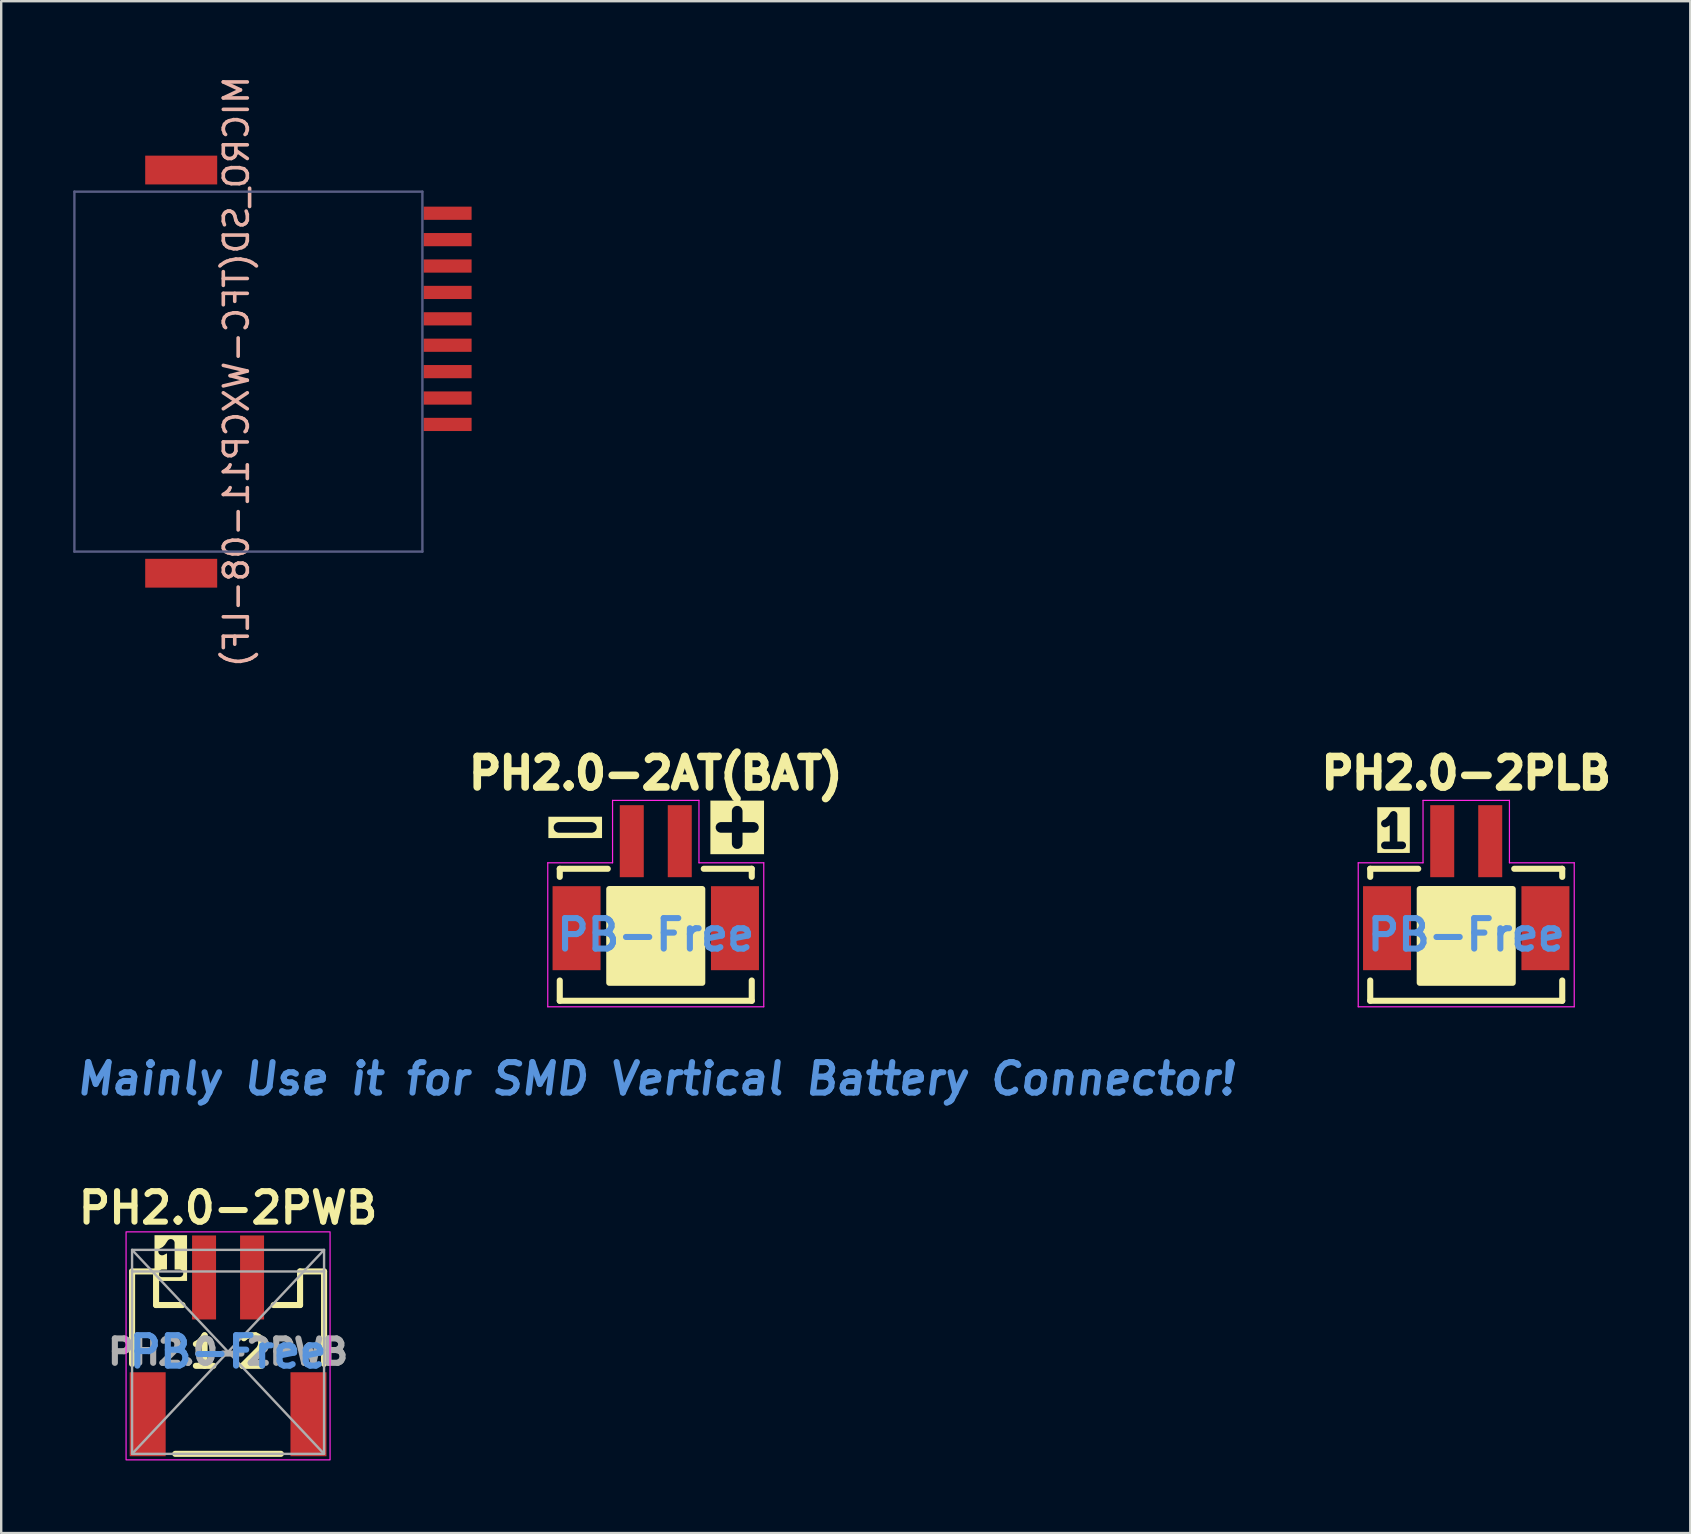
<source format=kicad_pcb>
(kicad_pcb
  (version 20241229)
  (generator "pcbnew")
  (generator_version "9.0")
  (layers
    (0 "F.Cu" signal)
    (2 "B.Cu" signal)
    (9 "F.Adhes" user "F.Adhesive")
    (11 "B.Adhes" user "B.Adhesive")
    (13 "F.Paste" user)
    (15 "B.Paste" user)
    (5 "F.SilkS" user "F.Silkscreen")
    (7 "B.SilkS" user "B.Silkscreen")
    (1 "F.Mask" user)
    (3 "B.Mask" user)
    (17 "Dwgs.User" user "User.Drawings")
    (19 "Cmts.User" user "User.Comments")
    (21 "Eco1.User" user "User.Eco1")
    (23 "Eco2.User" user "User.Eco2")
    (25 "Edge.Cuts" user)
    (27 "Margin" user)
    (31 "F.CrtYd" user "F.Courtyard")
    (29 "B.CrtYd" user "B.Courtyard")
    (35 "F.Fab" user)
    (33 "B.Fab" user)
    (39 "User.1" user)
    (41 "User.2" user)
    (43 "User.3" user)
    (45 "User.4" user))
  (footprint "MICRO_SD(TFC-WXCP11-08-LF)"
    (layer "F.Cu")
    (at 7.3 12.435)
    (property "Reference" "MICRO_SD(TFC-WXCP11-08-LF)" (at -0.5 0 90) (layer "B.SilkS") (effects (font (size 1 1) (thickness 0.15)) (justify mirror)))
    (attr smd)
    (fp_line (start -7.25 -7.5) (end 7.25 -7.5) (stroke (width 0.1) (type solid)) (layer "B.Fab"))
    (fp_line (start -7.25 7.5) (end -7.25 -7.5) (stroke (width 0.1) (type solid)) (layer "B.Fab"))
    (fp_line (start 7.25 -7.5) (end 7.25 7.5) (stroke (width 0.1) (type solid)) (layer "B.Fab"))
    (fp_line (start 7.25 7.5) (end -7.25 7.5) (stroke (width 0.1) (type solid)) (layer "B.Fab"))
    (pad "0" smd rect (at -2.8 -8.4 90) (size 1.2 3) (layers "F.Cu" "F.Mask" "F.Paste"))
    (pad "0" smd rect (at -2.8 8.4 90) (size 1.2 3) (layers "F.Cu" "F.Mask" "F.Paste"))
    (pad "1" smd rect (at 8.3 2.2 90) (size 0.55 2) (layers "F.Cu" "F.Mask" "F.Paste"))
    (pad "2" smd rect (at 8.3 1.1 90) (size 0.55 2) (layers "F.Cu" "F.Mask" "F.Paste"))
    (pad "3" smd rect (at 8.3 0 90) (size 0.55 2) (layers "F.Cu" "F.Mask" "F.Paste"))
    (pad "4" smd rect (at 8.3 -1.1 90) (size 0.55 2) (layers "F.Cu" "F.Mask" "F.Paste"))
    (pad "5" smd rect (at 8.3 -2.2 90) (size 0.55 2) (layers "F.Cu" "F.Mask" "F.Paste"))
    (pad "6" smd rect (at 8.3 -3.3 90) (size 0.55 2) (layers "F.Cu" "F.Mask" "F.Paste"))
    (pad "7" smd rect (at 8.3 -4.4 90) (size 0.55 2) (layers "F.Cu" "F.Mask" "F.Paste"))
    (pad "8" smd rect (at 8.3 -5.5 90) (size 0.55 2) (layers "F.Cu" "F.Mask" "F.Paste"))
    (pad "9" smd rect (at 8.3 -6.6 90) (size 0.55 2) (layers "F.Cu" "F.Mask" "F.Paste")))
  (footprint "PH2.0-2AT(BAT)"
    (layer "F.Cu")
    (at 24.274 35.9)
    (property "Reference" "PH2.0-2AT(BAT)" (at 0 -6.731 0) (unlocked yes) (layer "F.SilkS") (effects (font (size 1.27 1.27) (thickness 0.318) (bold yes))))
    (attr smd)
    (fp_line (start -4 -2.413) (end -4 -2.75) (stroke (width 0.254) (type default)) (layer "F.SilkS"))
    (fp_line (start -4 1.905) (end -4 2.75) (stroke (width 0.254) (type default)) (layer "F.SilkS"))
    (fp_line (start -4 2.75) (end 4 2.75) (stroke (width 0.254) (type default)) (layer "F.SilkS"))
    (fp_line (start -2 -2.75) (end -4 -2.75) (stroke (width 0.254) (type default)) (layer "F.SilkS"))
    (fp_line (start 4 -2.75) (end 2 -2.75) (stroke (width 0.254) (type default)) (layer "F.SilkS"))
    (fp_line (start 4 -2.413) (end 4 -2.75) (stroke (width 0.254) (type default)) (layer "F.SilkS"))
    (fp_line (start 4 1.905) (end 4 2.75) (stroke (width 0.254) (type default)) (layer "F.SilkS"))
    (fp_rect (start -1.937 -1.905) (end 1.937 2) (stroke (width 0.254) (type solid)) (fill yes) (layer "F.SilkS"))
    (fp_line (start -4.5 -3) (end -1.8 -3) (stroke (width 0.05) (type default)) (layer "F.CrtYd"))
    (fp_line (start -4.5 3) (end -4.5 -3) (stroke (width 0.05) (type default)) (layer "F.CrtYd"))
    (fp_line (start -1.8 -5.6) (end 1.8 -5.6) (stroke (width 0.05) (type default)) (layer "F.CrtYd"))
    (fp_line (start -1.8 -3) (end -1.8 -5.6) (stroke (width 0.05) (type default)) (layer "F.CrtYd"))
    (fp_line (start 1.8 -5.6) (end 1.8 -3) (stroke (width 0.05) (type default)) (layer "F.CrtYd"))
    (fp_line (start 1.8 -3) (end 4.5 -3) (stroke (width 0.05) (type default)) (layer "F.CrtYd"))
    (fp_line (start 4.5 -3) (end 4.5 3) (stroke (width 0.05) (type default)) (layer "F.CrtYd"))
    (fp_line (start 4.5 3) (end -4.5 3) (stroke (width 0.05) (type default)) (layer "F.CrtYd"))
    (fp_text user "+" (at 2 -3.556 0) (unlocked yes) (layer "F.SilkS" knockout) (effects (font (size 1.778 1.778) (thickness 0.445) (bold yes)) (justify left bottom)))
    (fp_text user "-" (at -4.75 -3.556 0) (unlocked yes) (layer "F.SilkS" knockout) (effects (font (size 1.778 1.778) (thickness 0.445) (bold yes)) (justify left bottom)))
    (fp_text user "PB-Free" (at 0 0 0) (layer "Cmts.User") (effects (font (size 1.27 1.27) (thickness 0.254))))
    (fp_text user "Mainly Use it for SMD Vertical Battery Connector!" (at 0 6 0) (layer "Cmts.User") (effects (font (size 1.27 1.27) (thickness 0.254) (italic yes))))
    (pad "" smd rect (at -3.3 -0.275) (size 2.4 3.9) (layers "F.Paste"))
    (pad "" smd rect (at -1 -3.9) (size 1.4 3.4) (layers "F.Paste"))
    (pad "" smd rect (at 1 -3.9) (size 1.4 3.4) (layers "F.Paste"))
    (pad "" smd rect (at 3.3 -0.275) (size 2.4 3.9) (layers "F.Paste"))
    (pad "0" smd rect (at -3.3 -0.275) (size 2 3.5) (layers "F.Cu" "F.Mask"))
    (pad "0" smd rect (at 3.3 -0.275) (size 2 3.5) (layers "F.Cu" "F.Mask"))
    (pad "1" smd rect (at 1 -3.9) (size 1 3) (layers "F.Cu" "F.Mask"))
    (pad "2" smd rect (at -1 -3.9) (size 1 3) (layers "F.Cu" "F.Mask")))
  (footprint "PH2.0-2PLB"
    (layer "F.Cu")
    (at 58.044 35.9)
    (property "Reference" "PH2.0-2PLB" (at 0 -6.731 0) (unlocked yes) (layer "F.SilkS") (effects (font (size 1.27 1.27) (thickness 0.318) (bold yes))))
    (attr smd)
    (fp_line (start -4 -2.413) (end -4 -2.75) (stroke (width 0.254) (type default)) (layer "F.SilkS"))
    (fp_line (start -4 1.905) (end -4 2.75) (stroke (width 0.254) (type default)) (layer "F.SilkS"))
    (fp_line (start -4 2.75) (end 4 2.75) (stroke (width 0.254) (type default)) (layer "F.SilkS"))
    (fp_line (start -2 -2.75) (end -4 -2.75) (stroke (width 0.254) (type default)) (layer "F.SilkS"))
    (fp_line (start 4 -2.75) (end 2 -2.75) (stroke (width 0.254) (type default)) (layer "F.SilkS"))
    (fp_line (start 4 -2.413) (end 4 -2.75) (stroke (width 0.254) (type default)) (layer "F.SilkS"))
    (fp_line (start 4 1.905) (end 4 2.75) (stroke (width 0.254) (type default)) (layer "F.SilkS"))
    (fp_rect (start -1.937 -1.905) (end 1.937 2) (stroke (width 0.254) (type solid)) (fill yes) (layer "F.SilkS"))
    (fp_line (start -4.5 -3) (end -1.8 -3) (stroke (width 0.05) (type default)) (layer "F.CrtYd"))
    (fp_line (start -4.5 3) (end -4.5 -3) (stroke (width 0.05) (type default)) (layer "F.CrtYd"))
    (fp_line (start -1.8 -5.6) (end 1.8 -5.6) (stroke (width 0.05) (type default)) (layer "F.CrtYd"))
    (fp_line (start -1.8 -3) (end -1.8 -5.6) (stroke (width 0.05) (type default)) (layer "F.CrtYd"))
    (fp_line (start 1.8 -5.6) (end 1.8 -3) (stroke (width 0.05) (type default)) (layer "F.CrtYd"))
    (fp_line (start 1.8 -3) (end 4.5 -3) (stroke (width 0.05) (type default)) (layer "F.CrtYd"))
    (fp_line (start 4.5 -3) (end 4.5 3) (stroke (width 0.05) (type default)) (layer "F.CrtYd"))
    (fp_line (start 4.5 3) (end -4.5 3) (stroke (width 0.05) (type default)) (layer "F.CrtYd"))
    (fp_text user "1" (at -3.842 -3.556 0) (unlocked yes) (layer "F.SilkS" knockout) (effects (font (size 1.27 1.27) (thickness 0.318) (bold yes)) (justify left bottom)))
    (fp_text user "PB-Free" (at 0 0 0) (layer "Cmts.User") (effects (font (size 1.27 1.27) (thickness 0.254))))
    (pad "" smd rect (at -3.3 -0.275) (size 2.4 3.9) (layers "F.Paste"))
    (pad "" smd rect (at -1 -3.9) (size 1.4 3.4) (layers "F.Paste"))
    (pad "" smd rect (at 1 -3.9) (size 1.4 3.4) (layers "F.Paste"))
    (pad "" smd rect (at 3.3 -0.275) (size 2.4 3.9) (layers "F.Paste"))
    (pad "0" smd rect (at -3.3 -0.275) (size 2 3.5) (layers "F.Cu" "F.Mask"))
    (pad "0" smd rect (at 3.3 -0.275) (size 2 3.5) (layers "F.Cu" "F.Mask"))
    (pad "1" smd rect (at -1 -3.9) (size 1 3) (layers "F.Cu" "F.Mask"))
    (pad "2" smd rect (at 1 -3.9) (size 1 3) (layers "F.Cu" "F.Mask")))
  (footprint "PH2.0-2PWB"
    (layer "F.Cu")
    (at 6.453 53.278)
    (property "Reference" "PH2.0-2PWB" (at 0 -6 0) (unlocked yes) (layer "F.SilkS") (effects (font (size 1.27 1.27) (thickness 0.254))))
    (attr smd)
    (fp_line (start -4 -3.35) (end -3 -3.35) (stroke (width 0.254) (type default)) (layer "F.SilkS"))
    (fp_line (start -4 0.5) (end -4 -3.35) (stroke (width 0.254) (type default)) (layer "F.SilkS"))
    (fp_line (start -3 -3.35) (end -3 -1.95) (stroke (width 0.254) (type default)) (layer "F.SilkS"))
    (fp_line (start -3 -1.95) (end -1.9 -1.95) (stroke (width 0.254) (type default)) (layer "F.SilkS"))
    (fp_line (start -2.2 4.25) (end 2.2 4.25) (stroke (width 0.254) (type default)) (layer "F.SilkS"))
    (fp_line (start 3 -3.35) (end 3 -1.95) (stroke (width 0.254) (type default)) (layer "F.SilkS"))
    (fp_line (start 3 -1.95) (end 1.9 -1.95) (stroke (width 0.254) (type default)) (layer "F.SilkS"))
    (fp_line (start 4 -3.35) (end 3 -3.35) (stroke (width 0.254) (type default)) (layer "F.SilkS"))
    (fp_line (start 4 0.5) (end 4 -3.35) (stroke (width 0.254) (type default)) (layer "F.SilkS"))
    (fp_rect (start -4.25 -5) (end 4.25 4.5) (stroke (width 0.05) (type default)) (fill no) (layer "F.CrtYd"))
    (fp_line (start -4 -4.25) (end 4 4.25) (stroke (width 0.1) (type default)) (layer "F.Fab"))
    (fp_line (start 4 -4.25) (end -4 4.25) (stroke (width 0.1) (type default)) (layer "F.Fab"))
    (fp_line (start 4 -3.35) (end -4 -3.35) (stroke (width 0.1) (type default)) (layer "F.Fab"))
    (fp_rect (start -4 4.25) (end 4 -4.25) (stroke (width 0.1) (type default)) (fill no) (layer "F.Fab"))
    (fp_text user "1" (at -1.75 0.75 0) (unlocked yes) (layer "F.SilkS") (effects (font (size 1.27 1.27) (thickness 0.254) (bold yes)) (justify left bottom)))
    (fp_text user "1" (at -3.2 -3.1 0) (unlocked yes) (layer "F.SilkS" knockout) (effects (font (size 1.27 1.27) (thickness 0.318) (bold yes)) (justify left bottom)))
    (fp_text user "2" (at 0.25 0.75 0) (unlocked yes) (layer "F.SilkS") (effects (font (size 1.27 1.27) (thickness 0.254) (bold yes)) (justify left bottom)))
    (fp_text user "PB-Free" (at 0 0 0) (layer "Cmts.User") (effects (font (size 1.27 1.27) (thickness 0.254))))
    (fp_text user "${REFERENCE}" (at 0 0 0) (unlocked yes) (layer "F.Fab") (effects (font (size 1.016 1.016) (thickness 0.254) (bold yes))))
    (pad "" smd rect (at -3.35 2.6) (size 1.9 3.9) (layers "F.Paste"))
    (pad "" smd rect (at -1 -3.1) (size 1.4 3.9) (layers "F.Paste"))
    (pad "" smd rect (at 1 -3.1) (size 1.4 3.9) (layers "F.Paste"))
    (pad "" smd rect (at 3.35 2.6) (size 1.9 3.9) (layers "F.Paste"))
    (pad "0" smd rect (at -3.35 2.6) (size 1.5 3.5) (layers "F.Cu" "F.Mask"))
    (pad "0" smd rect (at 3.35 2.6) (size 1.5 3.5) (layers "F.Cu" "F.Mask"))
    (pad "1" smd rect (at -1 -3.1) (size 1 3.5) (layers "F.Cu" "F.Mask"))
    (pad "2" smd rect (at 1 -3.1) (size 1 3.5) (layers "F.Cu" "F.Mask")))
  (gr_rect
    (start -3 -3)
    (end 67.38 60.828)
    (stroke (width 0.1) (type default))
    (fill no)
    (layer "Edge.Cuts")))
</source>
